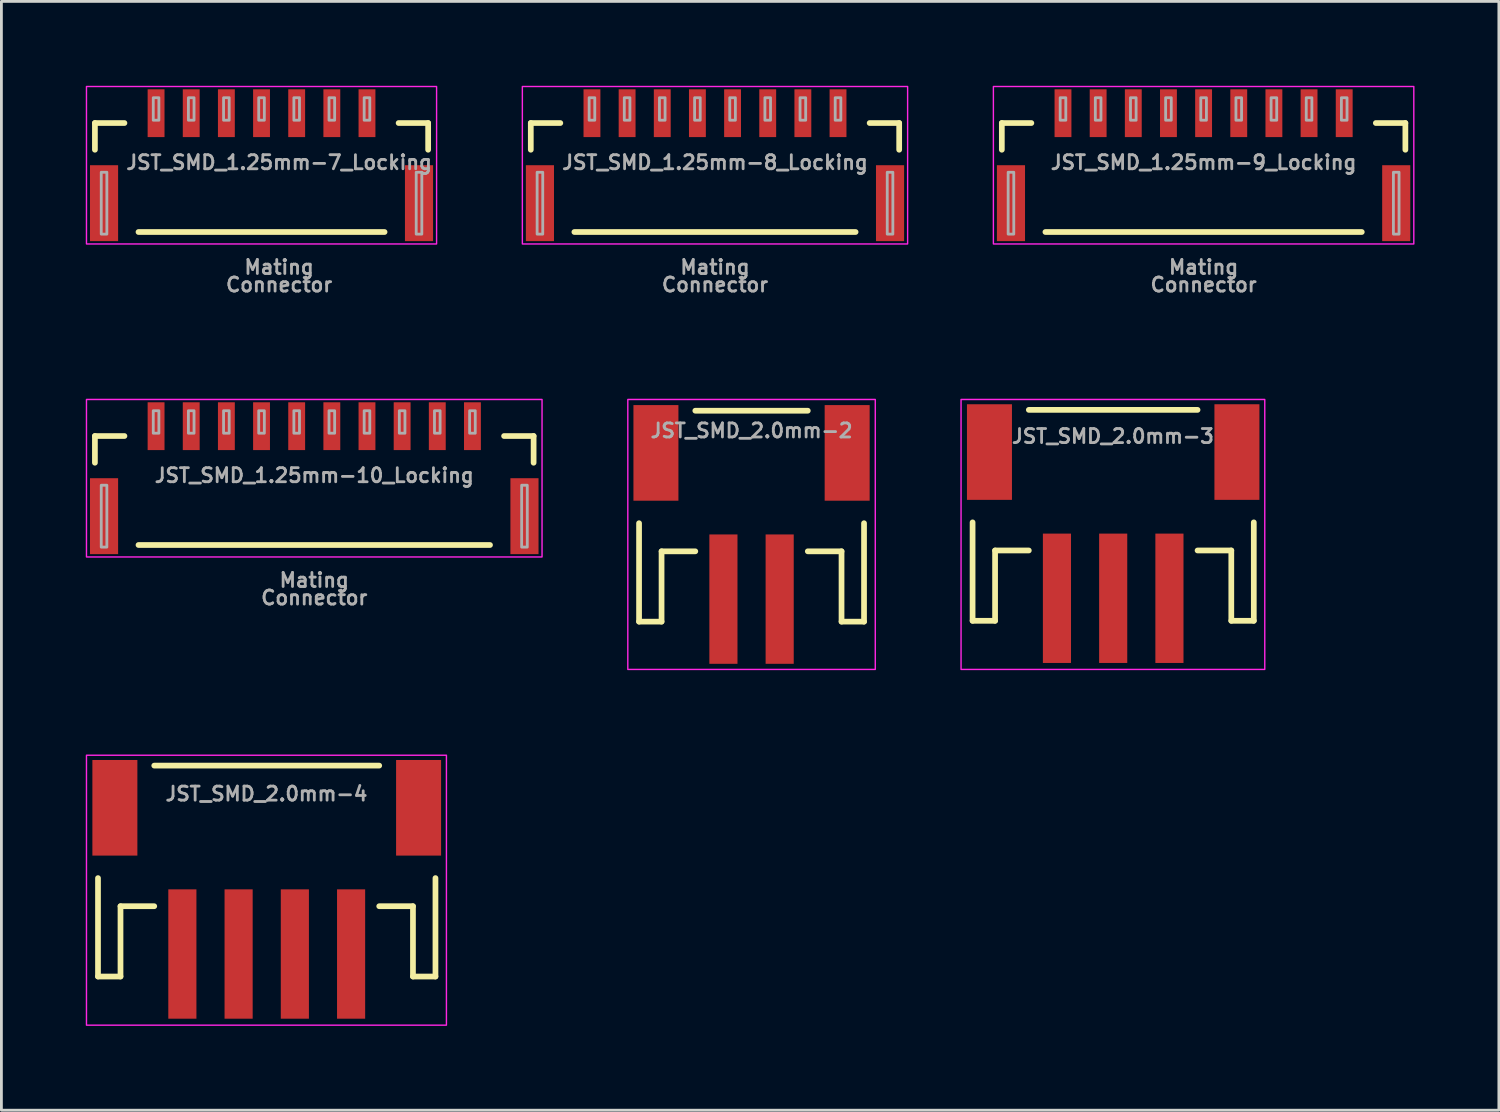
<source format=kicad_pcb>
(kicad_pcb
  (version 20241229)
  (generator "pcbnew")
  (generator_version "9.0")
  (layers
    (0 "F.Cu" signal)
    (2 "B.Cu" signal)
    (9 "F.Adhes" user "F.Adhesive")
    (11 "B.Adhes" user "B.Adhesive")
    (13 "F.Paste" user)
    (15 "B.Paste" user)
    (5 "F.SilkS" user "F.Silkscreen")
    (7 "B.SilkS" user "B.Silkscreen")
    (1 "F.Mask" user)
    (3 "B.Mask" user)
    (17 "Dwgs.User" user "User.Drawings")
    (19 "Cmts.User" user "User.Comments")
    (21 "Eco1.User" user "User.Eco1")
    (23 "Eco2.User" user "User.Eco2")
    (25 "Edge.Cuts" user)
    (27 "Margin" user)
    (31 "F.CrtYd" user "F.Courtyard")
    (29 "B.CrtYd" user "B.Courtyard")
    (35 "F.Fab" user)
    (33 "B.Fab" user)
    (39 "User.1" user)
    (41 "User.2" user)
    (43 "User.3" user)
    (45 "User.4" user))
  (footprint "JST_SMD_2.0mm-4"
    (layer "F.Cu")
    (at 6.425 26.105)
    (property "Reference" "JST_SMD_2.0mm-4" (at 0 -0.635 0) (layer "F.Fab") (effects (font (size 0.5 0.5) (thickness 0.1)) (justify bottom)))
    (attr smd)
    (fp_line (start -5.99 2.07) (end -5.99 5.57) (stroke (width 0.203) (type solid)) (layer "F.SilkS"))
    (fp_line (start -5.99 5.57) (end -5.19 5.57) (stroke (width 0.203) (type solid)) (layer "F.SilkS"))
    (fp_line (start -5.19 3.07) (end -3.99 3.07) (stroke (width 0.203) (type solid)) (layer "F.SilkS"))
    (fp_line (start -5.19 5.57) (end -5.19 3.07) (stroke (width 0.203) (type solid)) (layer "F.SilkS"))
    (fp_line (start 4.01 -1.93) (end -3.99 -1.93) (stroke (width 0.203) (type solid)) (layer "F.SilkS"))
    (fp_line (start 4.01 3.07) (end 5.21 3.07) (stroke (width 0.203) (type solid)) (layer "F.SilkS"))
    (fp_line (start 5.21 3.07) (end 5.21 5.57) (stroke (width 0.203) (type solid)) (layer "F.SilkS"))
    (fp_line (start 5.21 5.57) (end 6.01 5.57) (stroke (width 0.203) (type solid)) (layer "F.SilkS"))
    (fp_line (start 6.01 5.57) (end 6.01 2.07) (stroke (width 0.203) (type solid)) (layer "F.SilkS"))
    (fp_rect (start 6.4 -2.3) (end -6.4 7.3) (stroke (width 0.05) (type default)) (fill no) (layer "F.CrtYd"))
    (pad "1" smd rect (at 3.01 4.77) (size 1 4.6) (layers "F.Cu" "F.Mask" "F.Paste"))
    (pad "2" smd rect (at 1.01 4.77) (size 1 4.6) (layers "F.Cu" "F.Mask" "F.Paste"))
    (pad "3" smd rect (at -0.99 4.77) (size 1 4.6) (layers "F.Cu" "F.Mask" "F.Paste"))
    (pad "4" smd rect (at -2.99 4.77) (size 1 4.6) (layers "F.Cu" "F.Mask" "F.Paste"))
    (pad "NC1" smd rect (at -5.39 -0.43 90) (size 3.4 1.6) (layers "F.Cu" "F.Mask" "F.Paste"))
    (pad "NC2" smd rect (at 5.41 -0.43 90) (size 3.4 1.6) (layers "F.Cu" "F.Mask" "F.Paste")))
  (footprint "JST_SMD_1.25mm-7_Locking"
    (layer "F.Cu")
    (at 6.875 2.725)
    (property "Reference" "JST_SMD_1.25mm-7_Locking" (at 0 0 0) (layer "F.Fab") (effects (font (size 0.5 0.5) (thickness 0.1))))
    (attr smd)
    (fp_line (start -6.55 -1.4) (end -5.5 -1.4) (stroke (width 0.203) (type solid)) (layer "F.SilkS"))
    (fp_line (start -6.55 -0.45) (end -6.55 -1.4) (stroke (width 0.203) (type solid)) (layer "F.SilkS"))
    (fp_line (start -5 2.475) (end 3.75 2.475) (stroke (width 0.203) (type solid)) (layer "F.SilkS"))
    (fp_line (start 4.25 -1.4) (end 5.3 -1.4) (stroke (width 0.203) (type solid)) (layer "F.SilkS"))
    (fp_line (start 5.3 -0.45) (end 5.3 -1.4) (stroke (width 0.203) (type solid)) (layer "F.SilkS"))
    (fp_rect (start 5.6 2.9) (end -6.85 -2.7) (stroke (width 0.05) (type default)) (fill no) (layer "F.CrtYd"))
    (fp_poly (pts (xy -6.325 2.55) (xy -6.125 2.55) (xy -6.125 0.35) (xy -6.325 0.35)) (stroke (width 0.1) (type default)) (fill no) (layer "F.Fab"))
    (fp_poly (pts (xy -4.475 -1.5) (xy -4.275 -1.5) (xy -4.275 -2.3) (xy -4.475 -2.3)) (stroke (width 0.1) (type default)) (fill no) (layer "F.Fab"))
    (fp_poly (pts (xy -3.225 -1.5) (xy -3.025 -1.5) (xy -3.025 -2.3) (xy -3.225 -2.3)) (stroke (width 0.1) (type default)) (fill no) (layer "F.Fab"))
    (fp_poly (pts (xy -1.975 -1.5) (xy -1.775 -1.5) (xy -1.775 -2.3) (xy -1.975 -2.3)) (stroke (width 0.1) (type default)) (fill no) (layer "F.Fab"))
    (fp_poly (pts (xy -0.725 -1.5) (xy -0.525 -1.5) (xy -0.525 -2.3) (xy -0.725 -2.3)) (stroke (width 0.1) (type default)) (fill no) (layer "F.Fab"))
    (fp_poly (pts (xy 0.525 -1.5) (xy 0.725 -1.5) (xy 0.725 -2.3) (xy 0.525 -2.3)) (stroke (width 0.1) (type default)) (fill no) (layer "F.Fab"))
    (fp_poly (pts (xy 1.775 -1.5) (xy 1.975 -1.5) (xy 1.975 -2.3) (xy 1.775 -2.3)) (stroke (width 0.1) (type default)) (fill no) (layer "F.Fab"))
    (fp_poly (pts (xy 3.025 -1.5) (xy 3.225 -1.5) (xy 3.225 -2.3) (xy 3.025 -2.3)) (stroke (width 0.1) (type default)) (fill no) (layer "F.Fab"))
    (fp_poly (pts (xy 4.875 2.55) (xy 5.075 2.55) (xy 5.075 0.35) (xy 4.875 0.35)) (stroke (width 0.1) (type default)) (fill no) (layer "F.Fab"))
    (fp_rect (start -6.625 -1.5) (end 5.375 2.55) (stroke (width 0.01) (type default)) (fill no) (layer "User.1"))
    (fp_rect (start -5.625 -0.3) (end 4.375 5.4) (stroke (width 0.01) (type default)) (fill no) (layer "User.1"))
    (fp_text user "Mating" (at 0 3.725 0) (unlocked yes) (layer "F.Fab") (effects (font (size 0.5 0.5) (thickness 0.1) (bold yes))))
    (fp_text user "Connector" (at 0 4.35 0) (unlocked yes) (layer "F.Fab") (effects (font (size 0.5 0.5) (thickness 0.1) (bold yes))))
    (pad "1" smd rect (at -4.375 -1.75) (size 0.6 1.7) (layers "F.Cu" "F.Mask" "F.Paste"))
    (pad "2" smd rect (at -3.125 -1.75) (size 0.6 1.7) (layers "F.Cu" "F.Mask" "F.Paste"))
    (pad "3" smd rect (at -1.875 -1.75) (size 0.6 1.7) (layers "F.Cu" "F.Mask" "F.Paste"))
    (pad "4" smd rect (at -0.625 -1.75) (size 0.6 1.7) (layers "F.Cu" "F.Mask" "F.Paste"))
    (pad "5" smd rect (at 0.625 -1.75) (size 0.6 1.7) (layers "F.Cu" "F.Mask" "F.Paste"))
    (pad "6" smd rect (at 1.875 -1.75) (size 0.6 1.7) (layers "F.Cu" "F.Mask" "F.Paste"))
    (pad "7" smd rect (at 3.125 -1.75) (size 0.6 1.7) (layers "F.Cu" "F.Mask" "F.Paste"))
    (pad "NC1" smd rect (at -6.225 1.45) (size 1 2.7) (layers "F.Cu" "F.Mask" "F.Paste"))
    (pad "NC2" smd rect (at 4.975 1.45) (size 1 2.7) (layers "F.Cu" "F.Mask" "F.Paste")))
  (footprint "JST_SMD_2.0mm-2"
    (layer "F.Cu")
    (at 23.675 14.555)
    (property "Reference" "JST_SMD_2.0mm-2" (at 0 -2 0) (layer "F.Fab") (effects (font (size 0.5 0.5) (thickness 0.1)) (justify bottom)))
    (fp_line (start -4 1) (end -4 4.5) (stroke (width 0.203) (type solid)) (layer "F.SilkS"))
    (fp_line (start -4 4.5) (end -3.2 4.5) (stroke (width 0.203) (type solid)) (layer "F.SilkS"))
    (fp_line (start -3.2 2) (end -2 2) (stroke (width 0.203) (type solid)) (layer "F.SilkS"))
    (fp_line (start -3.2 4.5) (end -3.2 2) (stroke (width 0.203) (type solid)) (layer "F.SilkS"))
    (fp_line (start 2 -3) (end -2 -3) (stroke (width 0.203) (type solid)) (layer "F.SilkS"))
    (fp_line (start 2 2) (end 3.2 2) (stroke (width 0.203) (type solid)) (layer "F.SilkS"))
    (fp_line (start 3.2 2) (end 3.2 4.5) (stroke (width 0.203) (type solid)) (layer "F.SilkS"))
    (fp_line (start 3.2 4.5) (end 4 4.5) (stroke (width 0.203) (type solid)) (layer "F.SilkS"))
    (fp_line (start 4 4.5) (end 4 1) (stroke (width 0.203) (type solid)) (layer "F.SilkS"))
    (fp_rect (start 4.4 -3.4) (end -4.4 6.2) (stroke (width 0.05) (type default)) (fill no) (layer "F.CrtYd"))
    (pad "1" smd rect (at -1 3.7) (size 1 4.6) (layers "F.Cu" "F.Mask" "F.Paste"))
    (pad "2" smd rect (at 1 3.7) (size 1 4.6) (layers "F.Cu" "F.Mask" "F.Paste"))
    (pad "NC1" smd rect (at -3.4 -1.5 90) (size 3.4 1.6) (layers "F.Cu" "F.Mask" "F.Paste"))
    (pad "NC2" smd rect (at 3.4 -1.5 90) (size 3.4 1.6) (layers "F.Cu" "F.Mask" "F.Paste")))
  (footprint "JST_SMD_1.25mm-10_Locking"
    (layer "F.Cu")
    (at 8.125 13.855)
    (property "Reference" "JST_SMD_1.25mm-10_Locking" (at 0 0 0) (layer "F.Fab") (effects (font (size 0.5 0.5) (thickness 0.1))))
    (attr smd)
    (fp_line (start -7.8 -1.4) (end -6.75 -1.4) (stroke (width 0.203) (type solid)) (layer "F.SilkS"))
    (fp_line (start -7.8 -0.45) (end -7.8 -1.4) (stroke (width 0.203) (type solid)) (layer "F.SilkS"))
    (fp_line (start -6.25 2.475) (end 6.25 2.475) (stroke (width 0.203) (type solid)) (layer "F.SilkS"))
    (fp_line (start 6.75 -1.4) (end 7.8 -1.4) (stroke (width 0.203) (type solid)) (layer "F.SilkS"))
    (fp_line (start 7.8 -0.45) (end 7.8 -1.4) (stroke (width 0.203) (type solid)) (layer "F.SilkS"))
    (fp_rect (start 8.1 2.9) (end -8.1 -2.7) (stroke (width 0.05) (type default)) (fill no) (layer "F.CrtYd"))
    (fp_poly (pts (xy -7.575 2.55) (xy -7.375 2.55) (xy -7.375 0.35) (xy -7.575 0.35)) (stroke (width 0.1) (type default)) (fill no) (layer "F.Fab"))
    (fp_poly (pts (xy -5.725 -1.5) (xy -5.525 -1.5) (xy -5.525 -2.3) (xy -5.725 -2.3)) (stroke (width 0.1) (type default)) (fill no) (layer "F.Fab"))
    (fp_poly (pts (xy -4.475 -1.5) (xy -4.275 -1.5) (xy -4.275 -2.3) (xy -4.475 -2.3)) (stroke (width 0.1) (type default)) (fill no) (layer "F.Fab"))
    (fp_poly (pts (xy -3.225 -1.5) (xy -3.025 -1.5) (xy -3.025 -2.3) (xy -3.225 -2.3)) (stroke (width 0.1) (type default)) (fill no) (layer "F.Fab"))
    (fp_poly (pts (xy -1.975 -1.5) (xy -1.775 -1.5) (xy -1.775 -2.3) (xy -1.975 -2.3)) (stroke (width 0.1) (type default)) (fill no) (layer "F.Fab"))
    (fp_poly (pts (xy -0.725 -1.5) (xy -0.525 -1.5) (xy -0.525 -2.3) (xy -0.725 -2.3)) (stroke (width 0.1) (type default)) (fill no) (layer "F.Fab"))
    (fp_poly (pts (xy 0.525 -1.5) (xy 0.725 -1.5) (xy 0.725 -2.3) (xy 0.525 -2.3)) (stroke (width 0.1) (type default)) (fill no) (layer "F.Fab"))
    (fp_poly (pts (xy 1.775 -1.5) (xy 1.975 -1.5) (xy 1.975 -2.3) (xy 1.775 -2.3)) (stroke (width 0.1) (type default)) (fill no) (layer "F.Fab"))
    (fp_poly (pts (xy 3.025 -1.5) (xy 3.225 -1.5) (xy 3.225 -2.3) (xy 3.025 -2.3)) (stroke (width 0.1) (type default)) (fill no) (layer "F.Fab"))
    (fp_poly (pts (xy 4.275 -1.5) (xy 4.475 -1.5) (xy 4.475 -2.3) (xy 4.275 -2.3)) (stroke (width 0.1) (type default)) (fill no) (layer "F.Fab"))
    (fp_poly (pts (xy 5.525 -1.5) (xy 5.725 -1.5) (xy 5.725 -2.3) (xy 5.525 -2.3)) (stroke (width 0.1) (type default)) (fill no) (layer "F.Fab"))
    (fp_poly (pts (xy 7.375 2.55) (xy 7.575 2.55) (xy 7.575 0.35) (xy 7.375 0.35)) (stroke (width 0.1) (type default)) (fill no) (layer "F.Fab"))
    (fp_rect (start -7.875 -1.5) (end 7.875 2.55) (stroke (width 0.01) (type default)) (fill no) (layer "User.1"))
    (fp_rect (start -6.875 -0.3) (end 6.875 5.4) (stroke (width 0.01) (type default)) (fill no) (layer "User.1"))
    (fp_text user "Mating" (at 0 3.725 0) (unlocked yes) (layer "F.Fab") (effects (font (size 0.5 0.5) (thickness 0.1) (bold yes))))
    (fp_text user "Connector" (at 0 4.35 0) (unlocked yes) (layer "F.Fab") (effects (font (size 0.5 0.5) (thickness 0.1) (bold yes))))
    (pad "1" smd rect (at -5.625 -1.75) (size 0.6 1.7) (layers "F.Cu" "F.Mask" "F.Paste"))
    (pad "2" smd rect (at -4.375 -1.75) (size 0.6 1.7) (layers "F.Cu" "F.Mask" "F.Paste"))
    (pad "3" smd rect (at -3.125 -1.75) (size 0.6 1.7) (layers "F.Cu" "F.Mask" "F.Paste"))
    (pad "4" smd rect (at -1.875 -1.75) (size 0.6 1.7) (layers "F.Cu" "F.Mask" "F.Paste"))
    (pad "5" smd rect (at -0.625 -1.75) (size 0.6 1.7) (layers "F.Cu" "F.Mask" "F.Paste"))
    (pad "6" smd rect (at 0.625 -1.75) (size 0.6 1.7) (layers "F.Cu" "F.Mask" "F.Paste"))
    (pad "7" smd rect (at 1.875 -1.75) (size 0.6 1.7) (layers "F.Cu" "F.Mask" "F.Paste"))
    (pad "8" smd rect (at 3.125 -1.75) (size 0.6 1.7) (layers "F.Cu" "F.Mask" "F.Paste"))
    (pad "9" smd rect (at 4.375 -1.75) (size 0.6 1.7) (layers "F.Cu" "F.Mask" "F.Paste"))
    (pad "10" smd rect (at 5.625 -1.75) (size 0.6 1.7) (layers "F.Cu" "F.Mask" "F.Paste"))
    (pad "NC1" smd rect (at -7.475 1.45) (size 1 2.7) (layers "F.Cu" "F.Mask" "F.Paste"))
    (pad "NC2" smd rect (at 7.475 1.45) (size 1 2.7) (layers "F.Cu" "F.Mask" "F.Paste")))
  (footprint "JST_SMD_1.25mm-8_Locking"
    (layer "F.Cu")
    (at 22.375 2.725)
    (property "Reference" "JST_SMD_1.25mm-8_Locking" (at 0 0 0) (layer "F.Fab") (effects (font (size 0.5 0.5) (thickness 0.1))))
    (attr smd)
    (fp_line (start -6.55 -1.4) (end -5.5 -1.4) (stroke (width 0.203) (type solid)) (layer "F.SilkS"))
    (fp_line (start -6.55 -0.45) (end -6.55 -1.4) (stroke (width 0.203) (type solid)) (layer "F.SilkS"))
    (fp_line (start -5 2.475) (end 5 2.475) (stroke (width 0.203) (type solid)) (layer "F.SilkS"))
    (fp_line (start 5.5 -1.4) (end 6.55 -1.4) (stroke (width 0.203) (type solid)) (layer "F.SilkS"))
    (fp_line (start 6.55 -0.45) (end 6.55 -1.4) (stroke (width 0.203) (type solid)) (layer "F.SilkS"))
    (fp_rect (start 6.85 2.9) (end -6.85 -2.7) (stroke (width 0.05) (type default)) (fill no) (layer "F.CrtYd"))
    (fp_poly (pts (xy -6.325 2.55) (xy -6.125 2.55) (xy -6.125 0.35) (xy -6.325 0.35)) (stroke (width 0.1) (type default)) (fill no) (layer "F.Fab"))
    (fp_poly (pts (xy -4.475 -1.5) (xy -4.275 -1.5) (xy -4.275 -2.3) (xy -4.475 -2.3)) (stroke (width 0.1) (type default)) (fill no) (layer "F.Fab"))
    (fp_poly (pts (xy -3.225 -1.5) (xy -3.025 -1.5) (xy -3.025 -2.3) (xy -3.225 -2.3)) (stroke (width 0.1) (type default)) (fill no) (layer "F.Fab"))
    (fp_poly (pts (xy -1.975 -1.5) (xy -1.775 -1.5) (xy -1.775 -2.3) (xy -1.975 -2.3)) (stroke (width 0.1) (type default)) (fill no) (layer "F.Fab"))
    (fp_poly (pts (xy -0.725 -1.5) (xy -0.525 -1.5) (xy -0.525 -2.3) (xy -0.725 -2.3)) (stroke (width 0.1) (type default)) (fill no) (layer "F.Fab"))
    (fp_poly (pts (xy 0.525 -1.5) (xy 0.725 -1.5) (xy 0.725 -2.3) (xy 0.525 -2.3)) (stroke (width 0.1) (type default)) (fill no) (layer "F.Fab"))
    (fp_poly (pts (xy 1.775 -1.5) (xy 1.975 -1.5) (xy 1.975 -2.3) (xy 1.775 -2.3)) (stroke (width 0.1) (type default)) (fill no) (layer "F.Fab"))
    (fp_poly (pts (xy 3.025 -1.5) (xy 3.225 -1.5) (xy 3.225 -2.3) (xy 3.025 -2.3)) (stroke (width 0.1) (type default)) (fill no) (layer "F.Fab"))
    (fp_poly (pts (xy 4.275 -1.5) (xy 4.475 -1.5) (xy 4.475 -2.3) (xy 4.275 -2.3)) (stroke (width 0.1) (type default)) (fill no) (layer "F.Fab"))
    (fp_poly (pts (xy 6.125 2.55) (xy 6.325 2.55) (xy 6.325 0.35) (xy 6.125 0.35)) (stroke (width 0.1) (type default)) (fill no) (layer "F.Fab"))
    (fp_rect (start -6.625 -1.5) (end 6.625 2.55) (stroke (width 0.01) (type default)) (fill no) (layer "User.1"))
    (fp_rect (start -5.625 -0.3) (end 5.625 5.4) (stroke (width 0.01) (type default)) (fill no) (layer "User.1"))
    (fp_text user "Mating" (at 0 3.725 0) (unlocked yes) (layer "F.Fab") (effects (font (size 0.5 0.5) (thickness 0.1) (bold yes))))
    (fp_text user "Connector" (at 0 4.35 0) (unlocked yes) (layer "F.Fab") (effects (font (size 0.5 0.5) (thickness 0.1) (bold yes))))
    (pad "1" smd rect (at -4.375 -1.75) (size 0.6 1.7) (layers "F.Cu" "F.Mask" "F.Paste"))
    (pad "2" smd rect (at -3.125 -1.75) (size 0.6 1.7) (layers "F.Cu" "F.Mask" "F.Paste"))
    (pad "3" smd rect (at -1.875 -1.75) (size 0.6 1.7) (layers "F.Cu" "F.Mask" "F.Paste"))
    (pad "4" smd rect (at -0.625 -1.75) (size 0.6 1.7) (layers "F.Cu" "F.Mask" "F.Paste"))
    (pad "5" smd rect (at 0.625 -1.75) (size 0.6 1.7) (layers "F.Cu" "F.Mask" "F.Paste"))
    (pad "6" smd rect (at 1.875 -1.75) (size 0.6 1.7) (layers "F.Cu" "F.Mask" "F.Paste"))
    (pad "7" smd rect (at 3.125 -1.75) (size 0.6 1.7) (layers "F.Cu" "F.Mask" "F.Paste"))
    (pad "8" smd rect (at 4.375 -1.75) (size 0.6 1.7) (layers "F.Cu" "F.Mask" "F.Paste"))
    (pad "NC1" smd rect (at -6.225 1.45) (size 1 2.7) (layers "F.Cu" "F.Mask" "F.Paste"))
    (pad "NC2" smd rect (at 6.225 1.45) (size 1 2.7) (layers "F.Cu" "F.Mask" "F.Paste")))
  (footprint "JST_SMD_2.0mm-3"
    (layer "F.Cu")
    (at 36.525 13.455)
    (property "Reference" "JST_SMD_2.0mm-3" (at 0 -0.7 0) (layer "F.Fab") (effects (font (size 0.5 0.5) (thickness 0.1)) (justify bottom)))
    (attr smd)
    (fp_line (start -4.99 2.07) (end -4.99 5.57) (stroke (width 0.203) (type solid)) (layer "F.SilkS"))
    (fp_line (start -4.99 5.57) (end -4.19 5.57) (stroke (width 0.203) (type solid)) (layer "F.SilkS"))
    (fp_line (start -4.19 3.07) (end -2.99 3.07) (stroke (width 0.203) (type solid)) (layer "F.SilkS"))
    (fp_line (start -4.19 5.57) (end -4.19 3.07) (stroke (width 0.203) (type solid)) (layer "F.SilkS"))
    (fp_line (start 3.01 -1.93) (end -2.99 -1.93) (stroke (width 0.203) (type solid)) (layer "F.SilkS"))
    (fp_line (start 3.01 3.07) (end 4.21 3.07) (stroke (width 0.203) (type solid)) (layer "F.SilkS"))
    (fp_line (start 4.21 3.07) (end 4.21 5.57) (stroke (width 0.203) (type solid)) (layer "F.SilkS"))
    (fp_line (start 4.21 5.57) (end 5.01 5.57) (stroke (width 0.203) (type solid)) (layer "F.SilkS"))
    (fp_line (start 5.01 5.57) (end 5.01 2.07) (stroke (width 0.203) (type solid)) (layer "F.SilkS"))
    (fp_rect (start 5.4 -2.3) (end -5.4 7.3) (stroke (width 0.05) (type default)) (fill no) (layer "F.CrtYd"))
    (pad "1" smd rect (at 2.01 4.77) (size 1 4.6) (layers "F.Cu" "F.Mask" "F.Paste"))
    (pad "2" smd rect (at 0.01 4.77) (size 1 4.6) (layers "F.Cu" "F.Mask" "F.Paste"))
    (pad "3" smd rect (at -1.99 4.77) (size 1 4.6) (layers "F.Cu" "F.Mask" "F.Paste"))
    (pad "NC1" smd rect (at -4.39 -0.43 90) (size 3.4 1.6) (layers "F.Cu" "F.Mask" "F.Paste"))
    (pad "NC2" smd rect (at 4.41 -0.43 90) (size 3.4 1.6) (layers "F.Cu" "F.Mask" "F.Paste")))
  (footprint "JST_SMD_1.25mm-9_Locking"
    (layer "F.Cu")
    (at 39.75 2.725)
    (property "Reference" "JST_SMD_1.25mm-9_Locking" (at 0 0 0) (layer "F.Fab") (effects (font (size 0.5 0.5) (thickness 0.1))))
    (attr smd)
    (fp_line (start -7.175 -1.4) (end -6.125 -1.4) (stroke (width 0.203) (type solid)) (layer "F.SilkS"))
    (fp_line (start -7.175 -0.45) (end -7.175 -1.4) (stroke (width 0.203) (type solid)) (layer "F.SilkS"))
    (fp_line (start -5.625 2.475) (end 5.625 2.475) (stroke (width 0.203) (type solid)) (layer "F.SilkS"))
    (fp_line (start 6.125 -1.4) (end 7.175 -1.4) (stroke (width 0.203) (type solid)) (layer "F.SilkS"))
    (fp_line (start 7.175 -0.45) (end 7.175 -1.4) (stroke (width 0.203) (type solid)) (layer "F.SilkS"))
    (fp_rect (start 7.475 2.9) (end -7.475 -2.7) (stroke (width 0.05) (type default)) (fill no) (layer "F.CrtYd"))
    (fp_poly (pts (xy -6.95 2.55) (xy -6.75 2.55) (xy -6.75 0.35) (xy -6.95 0.35)) (stroke (width 0.1) (type default)) (fill no) (layer "F.Fab"))
    (fp_poly (pts (xy -5.1 -1.5) (xy -4.9 -1.5) (xy -4.9 -2.3) (xy -5.1 -2.3)) (stroke (width 0.1) (type default)) (fill no) (layer "F.Fab"))
    (fp_poly (pts (xy -3.85 -1.5) (xy -3.65 -1.5) (xy -3.65 -2.3) (xy -3.85 -2.3)) (stroke (width 0.1) (type default)) (fill no) (layer "F.Fab"))
    (fp_poly (pts (xy -2.6 -1.5) (xy -2.4 -1.5) (xy -2.4 -2.3) (xy -2.6 -2.3)) (stroke (width 0.1) (type default)) (fill no) (layer "F.Fab"))
    (fp_poly (pts (xy -1.35 -1.5) (xy -1.15 -1.5) (xy -1.15 -2.3) (xy -1.35 -2.3)) (stroke (width 0.1) (type default)) (fill no) (layer "F.Fab"))
    (fp_poly (pts (xy -0.1 -1.5) (xy 0.1 -1.5) (xy 0.1 -2.3) (xy -0.1 -2.3)) (stroke (width 0.1) (type default)) (fill no) (layer "F.Fab"))
    (fp_poly (pts (xy 1.15 -1.5) (xy 1.35 -1.5) (xy 1.35 -2.3) (xy 1.15 -2.3)) (stroke (width 0.1) (type default)) (fill no) (layer "F.Fab"))
    (fp_poly (pts (xy 2.4 -1.5) (xy 2.6 -1.5) (xy 2.6 -2.3) (xy 2.4 -2.3)) (stroke (width 0.1) (type default)) (fill no) (layer "F.Fab"))
    (fp_poly (pts (xy 3.65 -1.5) (xy 3.85 -1.5) (xy 3.85 -2.3) (xy 3.65 -2.3)) (stroke (width 0.1) (type default)) (fill no) (layer "F.Fab"))
    (fp_poly (pts (xy 4.9 -1.5) (xy 5.1 -1.5) (xy 5.1 -2.3) (xy 4.9 -2.3)) (stroke (width 0.1) (type default)) (fill no) (layer "F.Fab"))
    (fp_poly (pts (xy 6.75 2.55) (xy 6.95 2.55) (xy 6.95 0.35) (xy 6.75 0.35)) (stroke (width 0.1) (type default)) (fill no) (layer "F.Fab"))
    (fp_rect (start -7.25 -1.5) (end 7.25 2.55) (stroke (width 0.01) (type default)) (fill no) (layer "User.1"))
    (fp_rect (start -6.25 -0.3) (end 6.25 5.4) (stroke (width 0.01) (type default)) (fill no) (layer "User.1"))
    (fp_text user "Connector" (at 0 4.35 0) (unlocked yes) (layer "F.Fab") (effects (font (size 0.5 0.5) (thickness 0.1) (bold yes))))
    (fp_text user "Mating" (at 0 3.725 0) (unlocked yes) (layer "F.Fab") (effects (font (size 0.5 0.5) (thickness 0.1) (bold yes))))
    (pad "1" smd rect (at -5 -1.75) (size 0.6 1.7) (layers "F.Cu" "F.Mask" "F.Paste"))
    (pad "2" smd rect (at -3.75 -1.75) (size 0.6 1.7) (layers "F.Cu" "F.Mask" "F.Paste"))
    (pad "3" smd rect (at -2.5 -1.75) (size 0.6 1.7) (layers "F.Cu" "F.Mask" "F.Paste"))
    (pad "4" smd rect (at -1.25 -1.75) (size 0.6 1.7) (layers "F.Cu" "F.Mask" "F.Paste"))
    (pad "5" smd rect (at 0 -1.75) (size 0.6 1.7) (layers "F.Cu" "F.Mask" "F.Paste"))
    (pad "6" smd rect (at 1.25 -1.75) (size 0.6 1.7) (layers "F.Cu" "F.Mask" "F.Paste"))
    (pad "7" smd rect (at 2.5 -1.75) (size 0.6 1.7) (layers "F.Cu" "F.Mask" "F.Paste"))
    (pad "8" smd rect (at 3.75 -1.75) (size 0.6 1.7) (layers "F.Cu" "F.Mask" "F.Paste"))
    (pad "9" smd rect (at 5 -1.75) (size 0.6 1.7) (layers "F.Cu" "F.Mask" "F.Paste"))
    (pad "NC1" smd rect (at -6.85 1.45) (size 1 2.7) (layers "F.Cu" "F.Mask" "F.Paste"))
    (pad "NC2" smd rect (at 6.85 1.45) (size 1 2.7) (layers "F.Cu" "F.Mask" "F.Paste")))
  (gr_rect
    (start -3 -3)
    (end 50.25 36.43)
    (stroke (width 0.1) (type default))
    (fill no)
    (layer "Edge.Cuts")))
</source>
